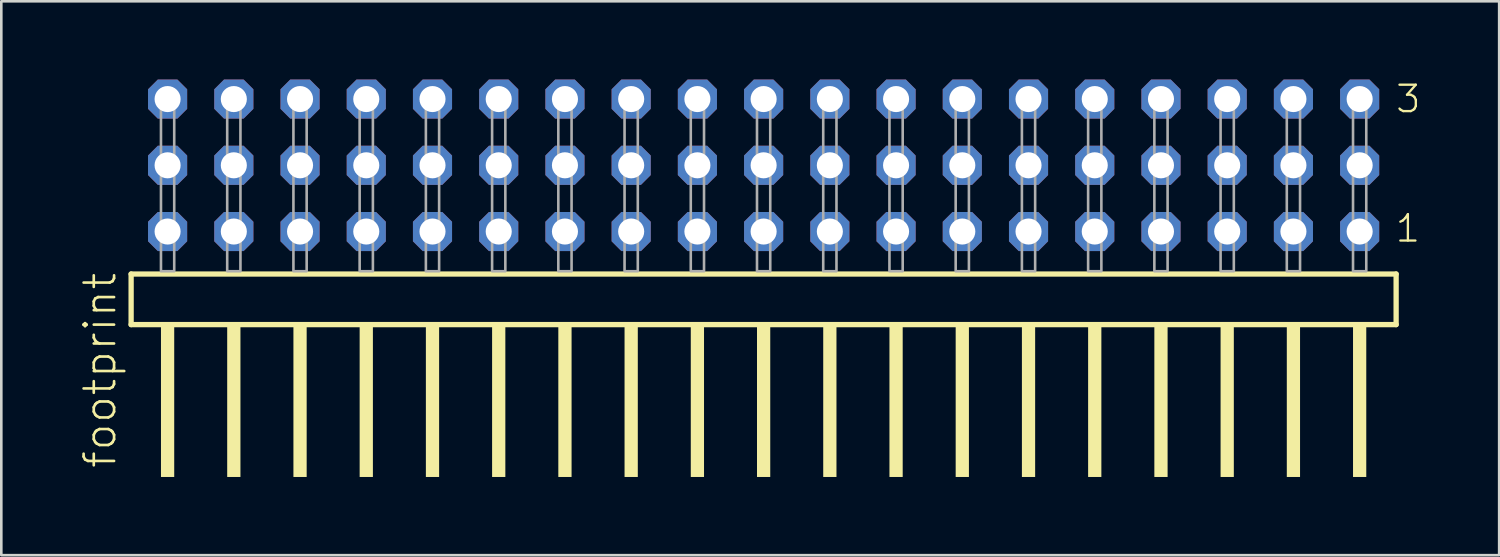
<source format=kicad_pcb>
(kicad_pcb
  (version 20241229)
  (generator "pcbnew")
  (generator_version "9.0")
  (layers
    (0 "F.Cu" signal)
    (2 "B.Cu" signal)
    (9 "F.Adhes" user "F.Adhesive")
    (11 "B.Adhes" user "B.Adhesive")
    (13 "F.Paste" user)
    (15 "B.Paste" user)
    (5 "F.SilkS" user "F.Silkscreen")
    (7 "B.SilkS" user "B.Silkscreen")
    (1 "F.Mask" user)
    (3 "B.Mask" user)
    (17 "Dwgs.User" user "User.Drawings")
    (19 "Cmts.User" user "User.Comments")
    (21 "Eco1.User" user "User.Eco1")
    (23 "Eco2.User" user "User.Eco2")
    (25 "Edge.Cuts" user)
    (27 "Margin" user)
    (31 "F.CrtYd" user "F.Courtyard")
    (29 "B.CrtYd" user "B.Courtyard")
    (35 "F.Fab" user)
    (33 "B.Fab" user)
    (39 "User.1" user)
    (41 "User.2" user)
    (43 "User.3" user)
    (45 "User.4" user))
  (footprint "footprint"
    (layer "F.Cu")
    (at 26.238 7.354)
    (property "Reference" "footprint" (at -24.765 7.62 90) (layer "F.SilkS") (effects (font (size 1.168 1.168) (thickness 0.102)) (justify left bottom)))
    (fp_line (start -24.259 0.106) (end -24.259 2.046) (stroke (width 0.203) (type solid)) (layer "F.SilkS"))
    (fp_line (start -24.259 2.046) (end 24.259 2.046) (stroke (width 0.203) (type solid)) (layer "F.SilkS"))
    (fp_line (start 24.259 0.106) (end -24.259 0.106) (stroke (width 0.203) (type solid)) (layer "F.SilkS"))
    (fp_line (start 24.259 2.046) (end 24.259 0.106) (stroke (width 0.203) (type solid)) (layer "F.SilkS"))
    (fp_poly (pts (xy -23.114 7.89) (xy -22.606 7.89) (xy -22.606 2.04) (xy -23.114 2.04)) (stroke (width 0) (type solid)) (fill yes) (layer "F.SilkS"))
    (fp_poly (pts (xy -20.574 7.89) (xy -20.066 7.89) (xy -20.066 2.04) (xy -20.574 2.04)) (stroke (width 0) (type solid)) (fill yes) (layer "F.SilkS"))
    (fp_poly (pts (xy -18.034 7.89) (xy -17.526 7.89) (xy -17.526 2.04) (xy -18.034 2.04)) (stroke (width 0) (type solid)) (fill yes) (layer "F.SilkS"))
    (fp_poly (pts (xy -15.494 7.89) (xy -14.986 7.89) (xy -14.986 2.04) (xy -15.494 2.04)) (stroke (width 0) (type solid)) (fill yes) (layer "F.SilkS"))
    (fp_poly (pts (xy -12.954 7.89) (xy -12.446 7.89) (xy -12.446 2.04) (xy -12.954 2.04)) (stroke (width 0) (type solid)) (fill yes) (layer "F.SilkS"))
    (fp_poly (pts (xy -10.414 7.89) (xy -9.906 7.89) (xy -9.906 2.04) (xy -10.414 2.04)) (stroke (width 0) (type solid)) (fill yes) (layer "F.SilkS"))
    (fp_poly (pts (xy -7.874 7.89) (xy -7.366 7.89) (xy -7.366 2.04) (xy -7.874 2.04)) (stroke (width 0) (type solid)) (fill yes) (layer "F.SilkS"))
    (fp_poly (pts (xy -5.334 7.89) (xy -4.826 7.89) (xy -4.826 2.04) (xy -5.334 2.04)) (stroke (width 0) (type solid)) (fill yes) (layer "F.SilkS"))
    (fp_poly (pts (xy -2.794 7.89) (xy -2.286 7.89) (xy -2.286 2.04) (xy -2.794 2.04)) (stroke (width 0) (type solid)) (fill yes) (layer "F.SilkS"))
    (fp_poly (pts (xy -0.254 7.89) (xy 0.254 7.89) (xy 0.254 2.04) (xy -0.254 2.04)) (stroke (width 0) (type solid)) (fill yes) (layer "F.SilkS"))
    (fp_poly (pts (xy 2.286 7.89) (xy 2.794 7.89) (xy 2.794 2.04) (xy 2.286 2.04)) (stroke (width 0) (type solid)) (fill yes) (layer "F.SilkS"))
    (fp_poly (pts (xy 4.826 7.89) (xy 5.334 7.89) (xy 5.334 2.04) (xy 4.826 2.04)) (stroke (width 0) (type solid)) (fill yes) (layer "F.SilkS"))
    (fp_poly (pts (xy 7.366 7.89) (xy 7.874 7.89) (xy 7.874 2.04) (xy 7.366 2.04)) (stroke (width 0) (type solid)) (fill yes) (layer "F.SilkS"))
    (fp_poly (pts (xy 9.906 7.89) (xy 10.414 7.89) (xy 10.414 2.04) (xy 9.906 2.04)) (stroke (width 0) (type solid)) (fill yes) (layer "F.SilkS"))
    (fp_poly (pts (xy 12.446 7.89) (xy 12.954 7.89) (xy 12.954 2.04) (xy 12.446 2.04)) (stroke (width 0) (type solid)) (fill yes) (layer "F.SilkS"))
    (fp_poly (pts (xy 14.986 7.89) (xy 15.494 7.89) (xy 15.494 2.04) (xy 14.986 2.04)) (stroke (width 0) (type solid)) (fill yes) (layer "F.SilkS"))
    (fp_poly (pts (xy 17.526 7.89) (xy 18.034 7.89) (xy 18.034 2.04) (xy 17.526 2.04)) (stroke (width 0) (type solid)) (fill yes) (layer "F.SilkS"))
    (fp_poly (pts (xy 20.066 7.89) (xy 20.574 7.89) (xy 20.574 2.04) (xy 20.066 2.04)) (stroke (width 0) (type solid)) (fill yes) (layer "F.SilkS"))
    (fp_poly (pts (xy 22.606 7.89) (xy 23.114 7.89) (xy 23.114 2.04) (xy 22.606 2.04)) (stroke (width 0) (type solid)) (fill yes) (layer "F.SilkS"))
    (fp_poly (pts (xy -23.114 0) (xy -22.606 0) (xy -22.606 -6.858) (xy -23.114 -6.858)) (stroke (width 0.1) (type solid)) (fill no) (layer "F.Fab"))
    (fp_poly (pts (xy -20.574 0) (xy -20.066 0) (xy -20.066 -6.858) (xy -20.574 -6.858)) (stroke (width 0.1) (type solid)) (fill no) (layer "F.Fab"))
    (fp_poly (pts (xy -18.034 0) (xy -17.526 0) (xy -17.526 -6.858) (xy -18.034 -6.858)) (stroke (width 0.1) (type solid)) (fill no) (layer "F.Fab"))
    (fp_poly (pts (xy -15.494 0) (xy -14.986 0) (xy -14.986 -6.858) (xy -15.494 -6.858)) (stroke (width 0.1) (type solid)) (fill no) (layer "F.Fab"))
    (fp_poly (pts (xy -12.954 0) (xy -12.446 0) (xy -12.446 -6.858) (xy -12.954 -6.858)) (stroke (width 0.1) (type solid)) (fill no) (layer "F.Fab"))
    (fp_poly (pts (xy -10.414 0) (xy -9.906 0) (xy -9.906 -6.858) (xy -10.414 -6.858)) (stroke (width 0.1) (type solid)) (fill no) (layer "F.Fab"))
    (fp_poly (pts (xy -7.874 0) (xy -7.366 0) (xy -7.366 -6.858) (xy -7.874 -6.858)) (stroke (width 0.1) (type solid)) (fill no) (layer "F.Fab"))
    (fp_poly (pts (xy -5.334 0) (xy -4.826 0) (xy -4.826 -6.858) (xy -5.334 -6.858)) (stroke (width 0.1) (type solid)) (fill no) (layer "F.Fab"))
    (fp_poly (pts (xy -2.794 0) (xy -2.286 0) (xy -2.286 -6.858) (xy -2.794 -6.858)) (stroke (width 0.1) (type solid)) (fill no) (layer "F.Fab"))
    (fp_poly (pts (xy -0.254 0) (xy 0.254 0) (xy 0.254 -6.858) (xy -0.254 -6.858)) (stroke (width 0.1) (type solid)) (fill no) (layer "F.Fab"))
    (fp_poly (pts (xy 2.286 0) (xy 2.794 0) (xy 2.794 -6.858) (xy 2.286 -6.858)) (stroke (width 0.1) (type solid)) (fill no) (layer "F.Fab"))
    (fp_poly (pts (xy 4.826 0) (xy 5.334 0) (xy 5.334 -6.858) (xy 4.826 -6.858)) (stroke (width 0.1) (type solid)) (fill no) (layer "F.Fab"))
    (fp_poly (pts (xy 7.366 0) (xy 7.874 0) (xy 7.874 -6.858) (xy 7.366 -6.858)) (stroke (width 0.1) (type solid)) (fill no) (layer "F.Fab"))
    (fp_poly (pts (xy 9.906 0) (xy 10.414 0) (xy 10.414 -6.858) (xy 9.906 -6.858)) (stroke (width 0.1) (type solid)) (fill no) (layer "F.Fab"))
    (fp_poly (pts (xy 12.446 0) (xy 12.954 0) (xy 12.954 -6.858) (xy 12.446 -6.858)) (stroke (width 0.1) (type solid)) (fill no) (layer "F.Fab"))
    (fp_poly (pts (xy 14.986 0) (xy 15.494 0) (xy 15.494 -6.858) (xy 14.986 -6.858)) (stroke (width 0.1) (type solid)) (fill no) (layer "F.Fab"))
    (fp_poly (pts (xy 17.526 0) (xy 18.034 0) (xy 18.034 -6.858) (xy 17.526 -6.858)) (stroke (width 0.1) (type solid)) (fill no) (layer "F.Fab"))
    (fp_poly (pts (xy 20.066 0) (xy 20.574 0) (xy 20.574 -6.858) (xy 20.066 -6.858)) (stroke (width 0.1) (type solid)) (fill no) (layer "F.Fab"))
    (fp_poly (pts (xy 22.606 0) (xy 23.114 0) (xy 23.114 -6.858) (xy 22.606 -6.858)) (stroke (width 0.1) (type solid)) (fill no) (layer "F.Fab"))
    (fp_text user "1" (at 24.17 -1.05 0) (layer "F.SilkS") (effects (font (size 1.012 1.012) (thickness 0.088)) (justify left bottom)))
    (fp_text user "3" (at 24.185 -6.015 0) (layer "F.SilkS") (effects (font (size 1.012 1.012) (thickness 0.088)) (justify left bottom)))
    (pad "1" thru_hole roundrect (at 22.86 -1.524 180) (size 1.5 1.5) (drill 1) (layers "*.Cu" "*.Mask") (roundrect_rratio 0.25) (chamfer_ratio 0.25) (chamfer top_left top_right bottom_left bottom_right))
    (pad "2" thru_hole roundrect (at 22.86 -4.064 180) (size 1.5 1.5) (drill 1) (layers "*.Cu" "*.Mask") (roundrect_rratio 0.25) (chamfer_ratio 0.25) (chamfer top_left top_right bottom_left bottom_right))
    (pad "3" thru_hole roundrect (at 22.86 -6.604 180) (size 1.5 1.5) (drill 1) (layers "*.Cu" "*.Mask") (roundrect_rratio 0.25) (chamfer_ratio 0.25) (chamfer top_left top_right bottom_left bottom_right))
    (pad "4" thru_hole roundrect (at 20.32 -1.524 180) (size 1.5 1.5) (drill 1) (layers "*.Cu" "*.Mask") (roundrect_rratio 0.25) (chamfer_ratio 0.25) (chamfer top_left top_right bottom_left bottom_right))
    (pad "5" thru_hole roundrect (at 20.32 -4.064 180) (size 1.5 1.5) (drill 1) (layers "*.Cu" "*.Mask") (roundrect_rratio 0.25) (chamfer_ratio 0.25) (chamfer top_left top_right bottom_left bottom_right))
    (pad "6" thru_hole roundrect (at 20.32 -6.604 180) (size 1.5 1.5) (drill 1) (layers "*.Cu" "*.Mask") (roundrect_rratio 0.25) (chamfer_ratio 0.25) (chamfer top_left top_right bottom_left bottom_right))
    (pad "7" thru_hole roundrect (at 17.78 -1.524 180) (size 1.5 1.5) (drill 1) (layers "*.Cu" "*.Mask") (roundrect_rratio 0.25) (chamfer_ratio 0.25) (chamfer top_left top_right bottom_left bottom_right))
    (pad "8" thru_hole roundrect (at 17.78 -4.064 180) (size 1.5 1.5) (drill 1) (layers "*.Cu" "*.Mask") (roundrect_rratio 0.25) (chamfer_ratio 0.25) (chamfer top_left top_right bottom_left bottom_right))
    (pad "9" thru_hole roundrect (at 17.78 -6.604 180) (size 1.5 1.5) (drill 1) (layers "*.Cu" "*.Mask") (roundrect_rratio 0.25) (chamfer_ratio 0.25) (chamfer top_left top_right bottom_left bottom_right))
    (pad "10" thru_hole roundrect (at 15.24 -1.524 180) (size 1.5 1.5) (drill 1) (layers "*.Cu" "*.Mask") (roundrect_rratio 0.25) (chamfer_ratio 0.25) (chamfer top_left top_right bottom_left bottom_right))
    (pad "11" thru_hole roundrect (at 15.24 -4.064 180) (size 1.5 1.5) (drill 1) (layers "*.Cu" "*.Mask") (roundrect_rratio 0.25) (chamfer_ratio 0.25) (chamfer top_left top_right bottom_left bottom_right))
    (pad "12" thru_hole roundrect (at 15.24 -6.604 180) (size 1.5 1.5) (drill 1) (layers "*.Cu" "*.Mask") (roundrect_rratio 0.25) (chamfer_ratio 0.25) (chamfer top_left top_right bottom_left bottom_right))
    (pad "13" thru_hole roundrect (at 12.7 -1.524 180) (size 1.5 1.5) (drill 1) (layers "*.Cu" "*.Mask") (roundrect_rratio 0.25) (chamfer_ratio 0.25) (chamfer top_left top_right bottom_left bottom_right))
    (pad "14" thru_hole roundrect (at 12.7 -4.064 180) (size 1.5 1.5) (drill 1) (layers "*.Cu" "*.Mask") (roundrect_rratio 0.25) (chamfer_ratio 0.25) (chamfer top_left top_right bottom_left bottom_right))
    (pad "15" thru_hole roundrect (at 12.7 -6.604 180) (size 1.5 1.5) (drill 1) (layers "*.Cu" "*.Mask") (roundrect_rratio 0.25) (chamfer_ratio 0.25) (chamfer top_left top_right bottom_left bottom_right))
    (pad "16" thru_hole roundrect (at 10.16 -1.524 180) (size 1.5 1.5) (drill 1) (layers "*.Cu" "*.Mask") (roundrect_rratio 0.25) (chamfer_ratio 0.25) (chamfer top_left top_right bottom_left bottom_right))
    (pad "17" thru_hole roundrect (at 10.16 -4.064 180) (size 1.5 1.5) (drill 1) (layers "*.Cu" "*.Mask") (roundrect_rratio 0.25) (chamfer_ratio 0.25) (chamfer top_left top_right bottom_left bottom_right))
    (pad "18" thru_hole roundrect (at 10.16 -6.604 180) (size 1.5 1.5) (drill 1) (layers "*.Cu" "*.Mask") (roundrect_rratio 0.25) (chamfer_ratio 0.25) (chamfer top_left top_right bottom_left bottom_right))
    (pad "19" thru_hole roundrect (at 7.62 -1.524 180) (size 1.5 1.5) (drill 1) (layers "*.Cu" "*.Mask") (roundrect_rratio 0.25) (chamfer_ratio 0.25) (chamfer top_left top_right bottom_left bottom_right))
    (pad "20" thru_hole roundrect (at 7.62 -4.064 180) (size 1.5 1.5) (drill 1) (layers "*.Cu" "*.Mask") (roundrect_rratio 0.25) (chamfer_ratio 0.25) (chamfer top_left top_right bottom_left bottom_right))
    (pad "21" thru_hole roundrect (at 7.62 -6.604 180) (size 1.5 1.5) (drill 1) (layers "*.Cu" "*.Mask") (roundrect_rratio 0.25) (chamfer_ratio 0.25) (chamfer top_left top_right bottom_left bottom_right))
    (pad "22" thru_hole roundrect (at 5.08 -1.524 180) (size 1.5 1.5) (drill 1) (layers "*.Cu" "*.Mask") (roundrect_rratio 0.25) (chamfer_ratio 0.25) (chamfer top_left top_right bottom_left bottom_right))
    (pad "23" thru_hole roundrect (at 5.08 -4.064 180) (size 1.5 1.5) (drill 1) (layers "*.Cu" "*.Mask") (roundrect_rratio 0.25) (chamfer_ratio 0.25) (chamfer top_left top_right bottom_left bottom_right))
    (pad "24" thru_hole roundrect (at 5.08 -6.604 180) (size 1.5 1.5) (drill 1) (layers "*.Cu" "*.Mask") (roundrect_rratio 0.25) (chamfer_ratio 0.25) (chamfer top_left top_right bottom_left bottom_right))
    (pad "25" thru_hole roundrect (at 2.54 -1.524 180) (size 1.5 1.5) (drill 1) (layers "*.Cu" "*.Mask") (roundrect_rratio 0.25) (chamfer_ratio 0.25) (chamfer top_left top_right bottom_left bottom_right))
    (pad "26" thru_hole roundrect (at 2.54 -4.064 180) (size 1.5 1.5) (drill 1) (layers "*.Cu" "*.Mask") (roundrect_rratio 0.25) (chamfer_ratio 0.25) (chamfer top_left top_right bottom_left bottom_right))
    (pad "27" thru_hole roundrect (at 2.54 -6.604 180) (size 1.5 1.5) (drill 1) (layers "*.Cu" "*.Mask") (roundrect_rratio 0.25) (chamfer_ratio 0.25) (chamfer top_left top_right bottom_left bottom_right))
    (pad "28" thru_hole roundrect (at 0 -1.524 180) (size 1.5 1.5) (drill 1) (layers "*.Cu" "*.Mask") (roundrect_rratio 0.25) (chamfer_ratio 0.25) (chamfer top_left top_right bottom_left bottom_right))
    (pad "29" thru_hole roundrect (at 0 -4.064 180) (size 1.5 1.5) (drill 1) (layers "*.Cu" "*.Mask") (roundrect_rratio 0.25) (chamfer_ratio 0.25) (chamfer top_left top_right bottom_left bottom_right))
    (pad "30" thru_hole roundrect (at 0 -6.604 180) (size 1.5 1.5) (drill 1) (layers "*.Cu" "*.Mask") (roundrect_rratio 0.25) (chamfer_ratio 0.25) (chamfer top_left top_right bottom_left bottom_right))
    (pad "31" thru_hole roundrect (at -2.54 -1.524 180) (size 1.5 1.5) (drill 1) (layers "*.Cu" "*.Mask") (roundrect_rratio 0.25) (chamfer_ratio 0.25) (chamfer top_left top_right bottom_left bottom_right))
    (pad "32" thru_hole roundrect (at -2.54 -4.064 180) (size 1.5 1.5) (drill 1) (layers "*.Cu" "*.Mask") (roundrect_rratio 0.25) (chamfer_ratio 0.25) (chamfer top_left top_right bottom_left bottom_right))
    (pad "33" thru_hole roundrect (at -2.54 -6.604 180) (size 1.5 1.5) (drill 1) (layers "*.Cu" "*.Mask") (roundrect_rratio 0.25) (chamfer_ratio 0.25) (chamfer top_left top_right bottom_left bottom_right))
    (pad "34" thru_hole roundrect (at -5.08 -1.524 180) (size 1.5 1.5) (drill 1) (layers "*.Cu" "*.Mask") (roundrect_rratio 0.25) (chamfer_ratio 0.25) (chamfer top_left top_right bottom_left bottom_right))
    (pad "35" thru_hole roundrect (at -5.08 -4.064 180) (size 1.5 1.5) (drill 1) (layers "*.Cu" "*.Mask") (roundrect_rratio 0.25) (chamfer_ratio 0.25) (chamfer top_left top_right bottom_left bottom_right))
    (pad "36" thru_hole roundrect (at -5.08 -6.604 180) (size 1.5 1.5) (drill 1) (layers "*.Cu" "*.Mask") (roundrect_rratio 0.25) (chamfer_ratio 0.25) (chamfer top_left top_right bottom_left bottom_right))
    (pad "37" thru_hole roundrect (at -7.62 -1.524 180) (size 1.5 1.5) (drill 1) (layers "*.Cu" "*.Mask") (roundrect_rratio 0.25) (chamfer_ratio 0.25) (chamfer top_left top_right bottom_left bottom_right))
    (pad "38" thru_hole roundrect (at -7.62 -4.064 180) (size 1.5 1.5) (drill 1) (layers "*.Cu" "*.Mask") (roundrect_rratio 0.25) (chamfer_ratio 0.25) (chamfer top_left top_right bottom_left bottom_right))
    (pad "39" thru_hole roundrect (at -7.62 -6.604 180) (size 1.5 1.5) (drill 1) (layers "*.Cu" "*.Mask") (roundrect_rratio 0.25) (chamfer_ratio 0.25) (chamfer top_left top_right bottom_left bottom_right))
    (pad "40" thru_hole roundrect (at -10.16 -1.524 180) (size 1.5 1.5) (drill 1) (layers "*.Cu" "*.Mask") (roundrect_rratio 0.25) (chamfer_ratio 0.25) (chamfer top_left top_right bottom_left bottom_right))
    (pad "41" thru_hole roundrect (at -10.16 -4.064 180) (size 1.5 1.5) (drill 1) (layers "*.Cu" "*.Mask") (roundrect_rratio 0.25) (chamfer_ratio 0.25) (chamfer top_left top_right bottom_left bottom_right))
    (pad "42" thru_hole roundrect (at -10.16 -6.604 180) (size 1.5 1.5) (drill 1) (layers "*.Cu" "*.Mask") (roundrect_rratio 0.25) (chamfer_ratio 0.25) (chamfer top_left top_right bottom_left bottom_right))
    (pad "43" thru_hole roundrect (at -12.7 -1.524 180) (size 1.5 1.5) (drill 1) (layers "*.Cu" "*.Mask") (roundrect_rratio 0.25) (chamfer_ratio 0.25) (chamfer top_left top_right bottom_left bottom_right))
    (pad "44" thru_hole roundrect (at -12.7 -4.064 180) (size 1.5 1.5) (drill 1) (layers "*.Cu" "*.Mask") (roundrect_rratio 0.25) (chamfer_ratio 0.25) (chamfer top_left top_right bottom_left bottom_right))
    (pad "45" thru_hole roundrect (at -12.7 -6.604 180) (size 1.5 1.5) (drill 1) (layers "*.Cu" "*.Mask") (roundrect_rratio 0.25) (chamfer_ratio 0.25) (chamfer top_left top_right bottom_left bottom_right))
    (pad "46" thru_hole roundrect (at -15.24 -1.524 180) (size 1.5 1.5) (drill 1) (layers "*.Cu" "*.Mask") (roundrect_rratio 0.25) (chamfer_ratio 0.25) (chamfer top_left top_right bottom_left bottom_right))
    (pad "47" thru_hole roundrect (at -15.24 -4.064 180) (size 1.5 1.5) (drill 1) (layers "*.Cu" "*.Mask") (roundrect_rratio 0.25) (chamfer_ratio 0.25) (chamfer top_left top_right bottom_left bottom_right))
    (pad "48" thru_hole roundrect (at -15.24 -6.604 180) (size 1.5 1.5) (drill 1) (layers "*.Cu" "*.Mask") (roundrect_rratio 0.25) (chamfer_ratio 0.25) (chamfer top_left top_right bottom_left bottom_right))
    (pad "49" thru_hole roundrect (at -17.78 -1.524 180) (size 1.5 1.5) (drill 1) (layers "*.Cu" "*.Mask") (roundrect_rratio 0.25) (chamfer_ratio 0.25) (chamfer top_left top_right bottom_left bottom_right))
    (pad "50" thru_hole roundrect (at -17.78 -4.064 180) (size 1.5 1.5) (drill 1) (layers "*.Cu" "*.Mask") (roundrect_rratio 0.25) (chamfer_ratio 0.25) (chamfer top_left top_right bottom_left bottom_right))
    (pad "51" thru_hole roundrect (at -17.78 -6.604 180) (size 1.5 1.5) (drill 1) (layers "*.Cu" "*.Mask") (roundrect_rratio 0.25) (chamfer_ratio 0.25) (chamfer top_left top_right bottom_left bottom_right))
    (pad "52" thru_hole roundrect (at -20.32 -1.524 180) (size 1.5 1.5) (drill 1) (layers "*.Cu" "*.Mask") (roundrect_rratio 0.25) (chamfer_ratio 0.25) (chamfer top_left top_right bottom_left bottom_right))
    (pad "53" thru_hole roundrect (at -20.32 -4.064 180) (size 1.5 1.5) (drill 1) (layers "*.Cu" "*.Mask") (roundrect_rratio 0.25) (chamfer_ratio 0.25) (chamfer top_left top_right bottom_left bottom_right))
    (pad "54" thru_hole roundrect (at -20.32 -6.604 180) (size 1.5 1.5) (drill 1) (layers "*.Cu" "*.Mask") (roundrect_rratio 0.25) (chamfer_ratio 0.25) (chamfer top_left top_right bottom_left bottom_right))
    (pad "55" thru_hole roundrect (at -22.86 -1.524 180) (size 1.5 1.5) (drill 1) (layers "*.Cu" "*.Mask") (roundrect_rratio 0.25) (chamfer_ratio 0.25) (chamfer top_left top_right bottom_left bottom_right))
    (pad "56" thru_hole roundrect (at -22.86 -4.064 180) (size 1.5 1.5) (drill 1) (layers "*.Cu" "*.Mask") (roundrect_rratio 0.25) (chamfer_ratio 0.25) (chamfer top_left top_right bottom_left bottom_right))
    (pad "57" thru_hole roundrect (at -22.86 -6.604 180) (size 1.5 1.5) (drill 1) (layers "*.Cu" "*.Mask") (roundrect_rratio 0.25) (chamfer_ratio 0.25) (chamfer top_left top_right bottom_left bottom_right)))
  (gr_rect
    (start -3 -3)
    (end 54.449 18.244)
    (stroke (width 0.1) (type default))
    (fill no)
    (layer "Edge.Cuts")))
</source>
